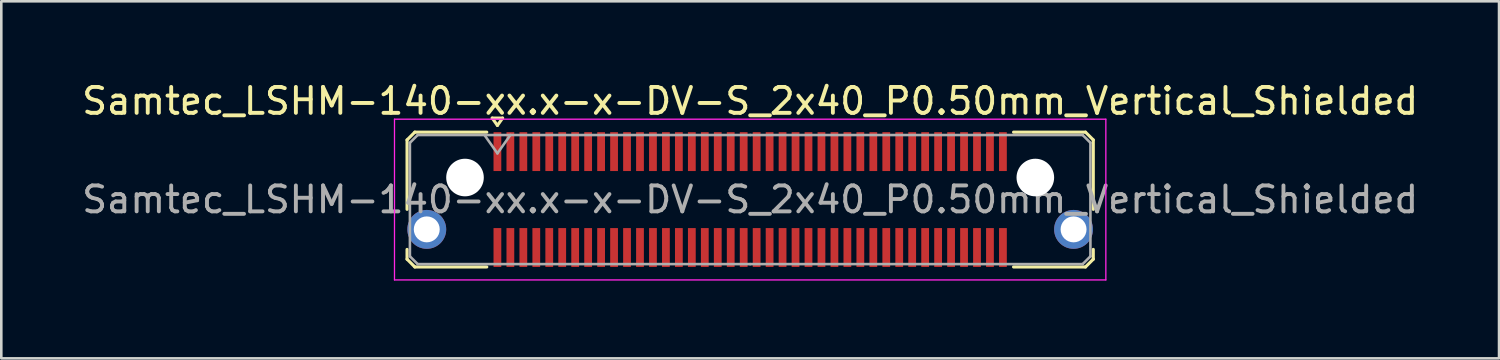
<source format=kicad_pcb>
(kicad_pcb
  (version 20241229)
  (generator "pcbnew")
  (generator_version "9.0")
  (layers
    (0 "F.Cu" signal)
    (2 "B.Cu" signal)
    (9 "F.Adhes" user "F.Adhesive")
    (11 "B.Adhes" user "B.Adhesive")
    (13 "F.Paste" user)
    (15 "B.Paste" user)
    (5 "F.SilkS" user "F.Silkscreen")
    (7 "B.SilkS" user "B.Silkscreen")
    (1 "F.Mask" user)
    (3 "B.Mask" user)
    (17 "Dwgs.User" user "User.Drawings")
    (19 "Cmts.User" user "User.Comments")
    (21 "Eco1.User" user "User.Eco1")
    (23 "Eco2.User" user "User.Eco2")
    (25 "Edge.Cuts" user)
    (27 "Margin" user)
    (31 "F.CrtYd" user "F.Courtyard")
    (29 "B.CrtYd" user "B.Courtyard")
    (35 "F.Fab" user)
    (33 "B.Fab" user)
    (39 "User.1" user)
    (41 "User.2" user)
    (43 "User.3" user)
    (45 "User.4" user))
  (footprint "Samtec_LSHM-140-xx.x-x-DV-S_2x40_P0.50mm_Vertical_Shielded"
    (layer "F.Cu")
    (at 25.887 4.648)
    (property "Reference" "Samtec_LSHM-140-xx.x-x-DV-S_2x40_P0.50mm_Vertical_Shielded" (at 0 -3.8 0) (layer "F.SilkS") (effects (font (size 1 1) (thickness 0.15))))
    (attr through_hole)
    (fp_line (start -13.235 -2.3) (end -13.235 0.377) (stroke (width 0.12) (type solid)) (layer "F.SilkS"))
    (fp_line (start -13.235 1.923) (end -13.235 2.3) (stroke (width 0.12) (type solid)) (layer "F.SilkS"))
    (fp_line (start -13.235 2.3) (end -12.935 2.6) (stroke (width 0.12) (type solid)) (layer "F.SilkS"))
    (fp_line (start -12.935 -2.6) (end -13.235 -2.3) (stroke (width 0.12) (type solid)) (layer "F.SilkS"))
    (fp_line (start -12.935 2.6) (end -10.16 2.6) (stroke (width 0.12) (type solid)) (layer "F.SilkS"))
    (fp_line (start -10.16 -2.6) (end -12.935 -2.6) (stroke (width 0.12) (type solid)) (layer "F.SilkS"))
    (fp_line (start -9.95 -3.143) (end -9.55 -3.143) (stroke (width 0.12) (type solid)) (layer "F.SilkS"))
    (fp_line (start -9.75 -2.86) (end -9.95 -3.143) (stroke (width 0.12) (type solid)) (layer "F.SilkS"))
    (fp_line (start -9.55 -3.143) (end -9.75 -2.86) (stroke (width 0.12) (type solid)) (layer "F.SilkS"))
    (fp_line (start 10.16 -2.6) (end 12.935 -2.6) (stroke (width 0.12) (type solid)) (layer "F.SilkS"))
    (fp_line (start 12.935 -2.6) (end 13.235 -2.3) (stroke (width 0.12) (type solid)) (layer "F.SilkS"))
    (fp_line (start 12.935 2.6) (end 10.16 2.6) (stroke (width 0.12) (type solid)) (layer "F.SilkS"))
    (fp_line (start 13.235 -2.3) (end 13.235 0.377) (stroke (width 0.12) (type solid)) (layer "F.SilkS"))
    (fp_line (start 13.235 1.923) (end 13.235 2.3) (stroke (width 0.12) (type solid)) (layer "F.SilkS"))
    (fp_line (start 13.235 2.3) (end 12.935 2.6) (stroke (width 0.12) (type solid)) (layer "F.SilkS"))
    (fp_line (start -13.72 -3.1) (end -13.72 3.1) (stroke (width 0.05) (type solid)) (layer "F.CrtYd"))
    (fp_line (start -13.72 3.1) (end 13.72 3.1) (stroke (width 0.05) (type solid)) (layer "F.CrtYd"))
    (fp_line (start 13.72 -3.1) (end -13.72 -3.1) (stroke (width 0.05) (type solid)) (layer "F.CrtYd"))
    (fp_line (start 13.72 3.1) (end 13.72 -3.1) (stroke (width 0.05) (type solid)) (layer "F.CrtYd"))
    (fp_line (start -13.125 -2.19) (end -13.125 2.19) (stroke (width 0.1) (type solid)) (layer "F.Fab"))
    (fp_line (start -13.125 2.19) (end -12.825 2.49) (stroke (width 0.1) (type solid)) (layer "F.Fab"))
    (fp_line (start -12.825 -2.49) (end -13.125 -2.19) (stroke (width 0.1) (type solid)) (layer "F.Fab"))
    (fp_line (start -12.825 2.49) (end 0 2.49) (stroke (width 0.1) (type solid)) (layer "F.Fab"))
    (fp_line (start -10.25 -2.49) (end -9.75 -1.783) (stroke (width 0.1) (type solid)) (layer "F.Fab"))
    (fp_line (start -9.75 -1.783) (end -9.25 -2.49) (stroke (width 0.1) (type solid)) (layer "F.Fab"))
    (fp_line (start 0 -2.49) (end -12.825 -2.49) (stroke (width 0.1) (type solid)) (layer "F.Fab"))
    (fp_line (start 0 -2.49) (end 12.825 -2.49) (stroke (width 0.1) (type solid)) (layer "F.Fab"))
    (fp_line (start 12.825 -2.49) (end 13.125 -2.19) (stroke (width 0.1) (type solid)) (layer "F.Fab"))
    (fp_line (start 12.825 2.49) (end 0 2.49) (stroke (width 0.1) (type solid)) (layer "F.Fab"))
    (fp_line (start 13.125 -2.19) (end 13.125 2.19) (stroke (width 0.1) (type solid)) (layer "F.Fab"))
    (fp_line (start 13.125 2.19) (end 12.825 2.49) (stroke (width 0.1) (type solid)) (layer "F.Fab"))
    (fp_text user "${REFERENCE}" (at 0 0 0) (layer "F.Fab") (effects (font (size 1 1) (thickness 0.15))))
    (pad "" np_thru_hole circle (at -11 -0.85) (size 1.45 1.45) (drill 1.45) (layers "*.Cu" "*.Mask"))
    (pad "" np_thru_hole circle (at 11 -0.85) (size 1.45 1.45) (drill 1.45) (layers "*.Cu" "*.Mask"))
    (pad "0" thru_hole circle (at -12.475 1.15) (size 1.5 1.5) (drill 1) (layers "*.Cu" "*.Mask"))
    (pad "0" thru_hole circle (at 12.475 1.15) (size 1.5 1.5) (drill 1) (layers "*.Cu" "*.Mask"))
    (pad "1" smd rect (at -9.75 -1.85) (size 0.3 1.5) (layers "F.Cu" "F.Mask" "F.Paste"))
    (pad "2" smd rect (at -9.75 1.85) (size 0.3 1.5) (layers "F.Cu" "F.Mask" "F.Paste"))
    (pad "3" smd rect (at -9.25 -1.85) (size 0.3 1.5) (layers "F.Cu" "F.Mask" "F.Paste"))
    (pad "4" smd rect (at -9.25 1.85) (size 0.3 1.5) (layers "F.Cu" "F.Mask" "F.Paste"))
    (pad "5" smd rect (at -8.75 -1.85) (size 0.3 1.5) (layers "F.Cu" "F.Mask" "F.Paste"))
    (pad "6" smd rect (at -8.75 1.85) (size 0.3 1.5) (layers "F.Cu" "F.Mask" "F.Paste"))
    (pad "7" smd rect (at -8.25 -1.85) (size 0.3 1.5) (layers "F.Cu" "F.Mask" "F.Paste"))
    (pad "8" smd rect (at -8.25 1.85) (size 0.3 1.5) (layers "F.Cu" "F.Mask" "F.Paste"))
    (pad "9" smd rect (at -7.75 -1.85) (size 0.3 1.5) (layers "F.Cu" "F.Mask" "F.Paste"))
    (pad "10" smd rect (at -7.75 1.85) (size 0.3 1.5) (layers "F.Cu" "F.Mask" "F.Paste"))
    (pad "11" smd rect (at -7.25 -1.85) (size 0.3 1.5) (layers "F.Cu" "F.Mask" "F.Paste"))
    (pad "12" smd rect (at -7.25 1.85) (size 0.3 1.5) (layers "F.Cu" "F.Mask" "F.Paste"))
    (pad "13" smd rect (at -6.75 -1.85) (size 0.3 1.5) (layers "F.Cu" "F.Mask" "F.Paste"))
    (pad "14" smd rect (at -6.75 1.85) (size 0.3 1.5) (layers "F.Cu" "F.Mask" "F.Paste"))
    (pad "15" smd rect (at -6.25 -1.85) (size 0.3 1.5) (layers "F.Cu" "F.Mask" "F.Paste"))
    (pad "16" smd rect (at -6.25 1.85) (size 0.3 1.5) (layers "F.Cu" "F.Mask" "F.Paste"))
    (pad "17" smd rect (at -5.75 -1.85) (size 0.3 1.5) (layers "F.Cu" "F.Mask" "F.Paste"))
    (pad "18" smd rect (at -5.75 1.85) (size 0.3 1.5) (layers "F.Cu" "F.Mask" "F.Paste"))
    (pad "19" smd rect (at -5.25 -1.85) (size 0.3 1.5) (layers "F.Cu" "F.Mask" "F.Paste"))
    (pad "20" smd rect (at -5.25 1.85) (size 0.3 1.5) (layers "F.Cu" "F.Mask" "F.Paste"))
    (pad "21" smd rect (at -4.75 -1.85) (size 0.3 1.5) (layers "F.Cu" "F.Mask" "F.Paste"))
    (pad "22" smd rect (at -4.75 1.85) (size 0.3 1.5) (layers "F.Cu" "F.Mask" "F.Paste"))
    (pad "23" smd rect (at -4.25 -1.85) (size 0.3 1.5) (layers "F.Cu" "F.Mask" "F.Paste"))
    (pad "24" smd rect (at -4.25 1.85) (size 0.3 1.5) (layers "F.Cu" "F.Mask" "F.Paste"))
    (pad "25" smd rect (at -3.75 -1.85) (size 0.3 1.5) (layers "F.Cu" "F.Mask" "F.Paste"))
    (pad "26" smd rect (at -3.75 1.85) (size 0.3 1.5) (layers "F.Cu" "F.Mask" "F.Paste"))
    (pad "27" smd rect (at -3.25 -1.85) (size 0.3 1.5) (layers "F.Cu" "F.Mask" "F.Paste"))
    (pad "28" smd rect (at -3.25 1.85) (size 0.3 1.5) (layers "F.Cu" "F.Mask" "F.Paste"))
    (pad "29" smd rect (at -2.75 -1.85) (size 0.3 1.5) (layers "F.Cu" "F.Mask" "F.Paste"))
    (pad "30" smd rect (at -2.75 1.85) (size 0.3 1.5) (layers "F.Cu" "F.Mask" "F.Paste"))
    (pad "31" smd rect (at -2.25 -1.85) (size 0.3 1.5) (layers "F.Cu" "F.Mask" "F.Paste"))
    (pad "32" smd rect (at -2.25 1.85) (size 0.3 1.5) (layers "F.Cu" "F.Mask" "F.Paste"))
    (pad "33" smd rect (at -1.75 -1.85) (size 0.3 1.5) (layers "F.Cu" "F.Mask" "F.Paste"))
    (pad "34" smd rect (at -1.75 1.85) (size 0.3 1.5) (layers "F.Cu" "F.Mask" "F.Paste"))
    (pad "35" smd rect (at -1.25 -1.85) (size 0.3 1.5) (layers "F.Cu" "F.Mask" "F.Paste"))
    (pad "36" smd rect (at -1.25 1.85) (size 0.3 1.5) (layers "F.Cu" "F.Mask" "F.Paste"))
    (pad "37" smd rect (at -0.75 -1.85) (size 0.3 1.5) (layers "F.Cu" "F.Mask" "F.Paste"))
    (pad "38" smd rect (at -0.75 1.85) (size 0.3 1.5) (layers "F.Cu" "F.Mask" "F.Paste"))
    (pad "39" smd rect (at -0.25 -1.85) (size 0.3 1.5) (layers "F.Cu" "F.Mask" "F.Paste"))
    (pad "40" smd rect (at -0.25 1.85) (size 0.3 1.5) (layers "F.Cu" "F.Mask" "F.Paste"))
    (pad "41" smd rect (at 0.25 -1.85) (size 0.3 1.5) (layers "F.Cu" "F.Mask" "F.Paste"))
    (pad "42" smd rect (at 0.25 1.85) (size 0.3 1.5) (layers "F.Cu" "F.Mask" "F.Paste"))
    (pad "43" smd rect (at 0.75 -1.85) (size 0.3 1.5) (layers "F.Cu" "F.Mask" "F.Paste"))
    (pad "44" smd rect (at 0.75 1.85) (size 0.3 1.5) (layers "F.Cu" "F.Mask" "F.Paste"))
    (pad "45" smd rect (at 1.25 -1.85) (size 0.3 1.5) (layers "F.Cu" "F.Mask" "F.Paste"))
    (pad "46" smd rect (at 1.25 1.85) (size 0.3 1.5) (layers "F.Cu" "F.Mask" "F.Paste"))
    (pad "47" smd rect (at 1.75 -1.85) (size 0.3 1.5) (layers "F.Cu" "F.Mask" "F.Paste"))
    (pad "48" smd rect (at 1.75 1.85) (size 0.3 1.5) (layers "F.Cu" "F.Mask" "F.Paste"))
    (pad "49" smd rect (at 2.25 -1.85) (size 0.3 1.5) (layers "F.Cu" "F.Mask" "F.Paste"))
    (pad "50" smd rect (at 2.25 1.85) (size 0.3 1.5) (layers "F.Cu" "F.Mask" "F.Paste"))
    (pad "51" smd rect (at 2.75 -1.85) (size 0.3 1.5) (layers "F.Cu" "F.Mask" "F.Paste"))
    (pad "52" smd rect (at 2.75 1.85) (size 0.3 1.5) (layers "F.Cu" "F.Mask" "F.Paste"))
    (pad "53" smd rect (at 3.25 -1.85) (size 0.3 1.5) (layers "F.Cu" "F.Mask" "F.Paste"))
    (pad "54" smd rect (at 3.25 1.85) (size 0.3 1.5) (layers "F.Cu" "F.Mask" "F.Paste"))
    (pad "55" smd rect (at 3.75 -1.85) (size 0.3 1.5) (layers "F.Cu" "F.Mask" "F.Paste"))
    (pad "56" smd rect (at 3.75 1.85) (size 0.3 1.5) (layers "F.Cu" "F.Mask" "F.Paste"))
    (pad "57" smd rect (at 4.25 -1.85) (size 0.3 1.5) (layers "F.Cu" "F.Mask" "F.Paste"))
    (pad "58" smd rect (at 4.25 1.85) (size 0.3 1.5) (layers "F.Cu" "F.Mask" "F.Paste"))
    (pad "59" smd rect (at 4.75 -1.85) (size 0.3 1.5) (layers "F.Cu" "F.Mask" "F.Paste"))
    (pad "60" smd rect (at 4.75 1.85) (size 0.3 1.5) (layers "F.Cu" "F.Mask" "F.Paste"))
    (pad "61" smd rect (at 5.25 -1.85) (size 0.3 1.5) (layers "F.Cu" "F.Mask" "F.Paste"))
    (pad "62" smd rect (at 5.25 1.85) (size 0.3 1.5) (layers "F.Cu" "F.Mask" "F.Paste"))
    (pad "63" smd rect (at 5.75 -1.85) (size 0.3 1.5) (layers "F.Cu" "F.Mask" "F.Paste"))
    (pad "64" smd rect (at 5.75 1.85) (size 0.3 1.5) (layers "F.Cu" "F.Mask" "F.Paste"))
    (pad "65" smd rect (at 6.25 -1.85) (size 0.3 1.5) (layers "F.Cu" "F.Mask" "F.Paste"))
    (pad "66" smd rect (at 6.25 1.85) (size 0.3 1.5) (layers "F.Cu" "F.Mask" "F.Paste"))
    (pad "67" smd rect (at 6.75 -1.85) (size 0.3 1.5) (layers "F.Cu" "F.Mask" "F.Paste"))
    (pad "68" smd rect (at 6.75 1.85) (size 0.3 1.5) (layers "F.Cu" "F.Mask" "F.Paste"))
    (pad "69" smd rect (at 7.25 -1.85) (size 0.3 1.5) (layers "F.Cu" "F.Mask" "F.Paste"))
    (pad "70" smd rect (at 7.25 1.85) (size 0.3 1.5) (layers "F.Cu" "F.Mask" "F.Paste"))
    (pad "71" smd rect (at 7.75 -1.85) (size 0.3 1.5) (layers "F.Cu" "F.Mask" "F.Paste"))
    (pad "72" smd rect (at 7.75 1.85) (size 0.3 1.5) (layers "F.Cu" "F.Mask" "F.Paste"))
    (pad "73" smd rect (at 8.25 -1.85) (size 0.3 1.5) (layers "F.Cu" "F.Mask" "F.Paste"))
    (pad "74" smd rect (at 8.25 1.85) (size 0.3 1.5) (layers "F.Cu" "F.Mask" "F.Paste"))
    (pad "75" smd rect (at 8.75 -1.85) (size 0.3 1.5) (layers "F.Cu" "F.Mask" "F.Paste"))
    (pad "76" smd rect (at 8.75 1.85) (size 0.3 1.5) (layers "F.Cu" "F.Mask" "F.Paste"))
    (pad "77" smd rect (at 9.25 -1.85) (size 0.3 1.5) (layers "F.Cu" "F.Mask" "F.Paste"))
    (pad "78" smd rect (at 9.25 1.85) (size 0.3 1.5) (layers "F.Cu" "F.Mask" "F.Paste"))
    (pad "79" smd rect (at 9.75 -1.85) (size 0.3 1.5) (layers "F.Cu" "F.Mask" "F.Paste"))
    (pad "80" smd rect (at 9.75 1.85) (size 0.3 1.5) (layers "F.Cu" "F.Mask" "F.Paste")))
  (gr_rect
    (start -3 -3)
    (end 54.774 10.773)
    (stroke (width 0.1) (type default))
    (fill no)
    (layer "Edge.Cuts")))
</source>
